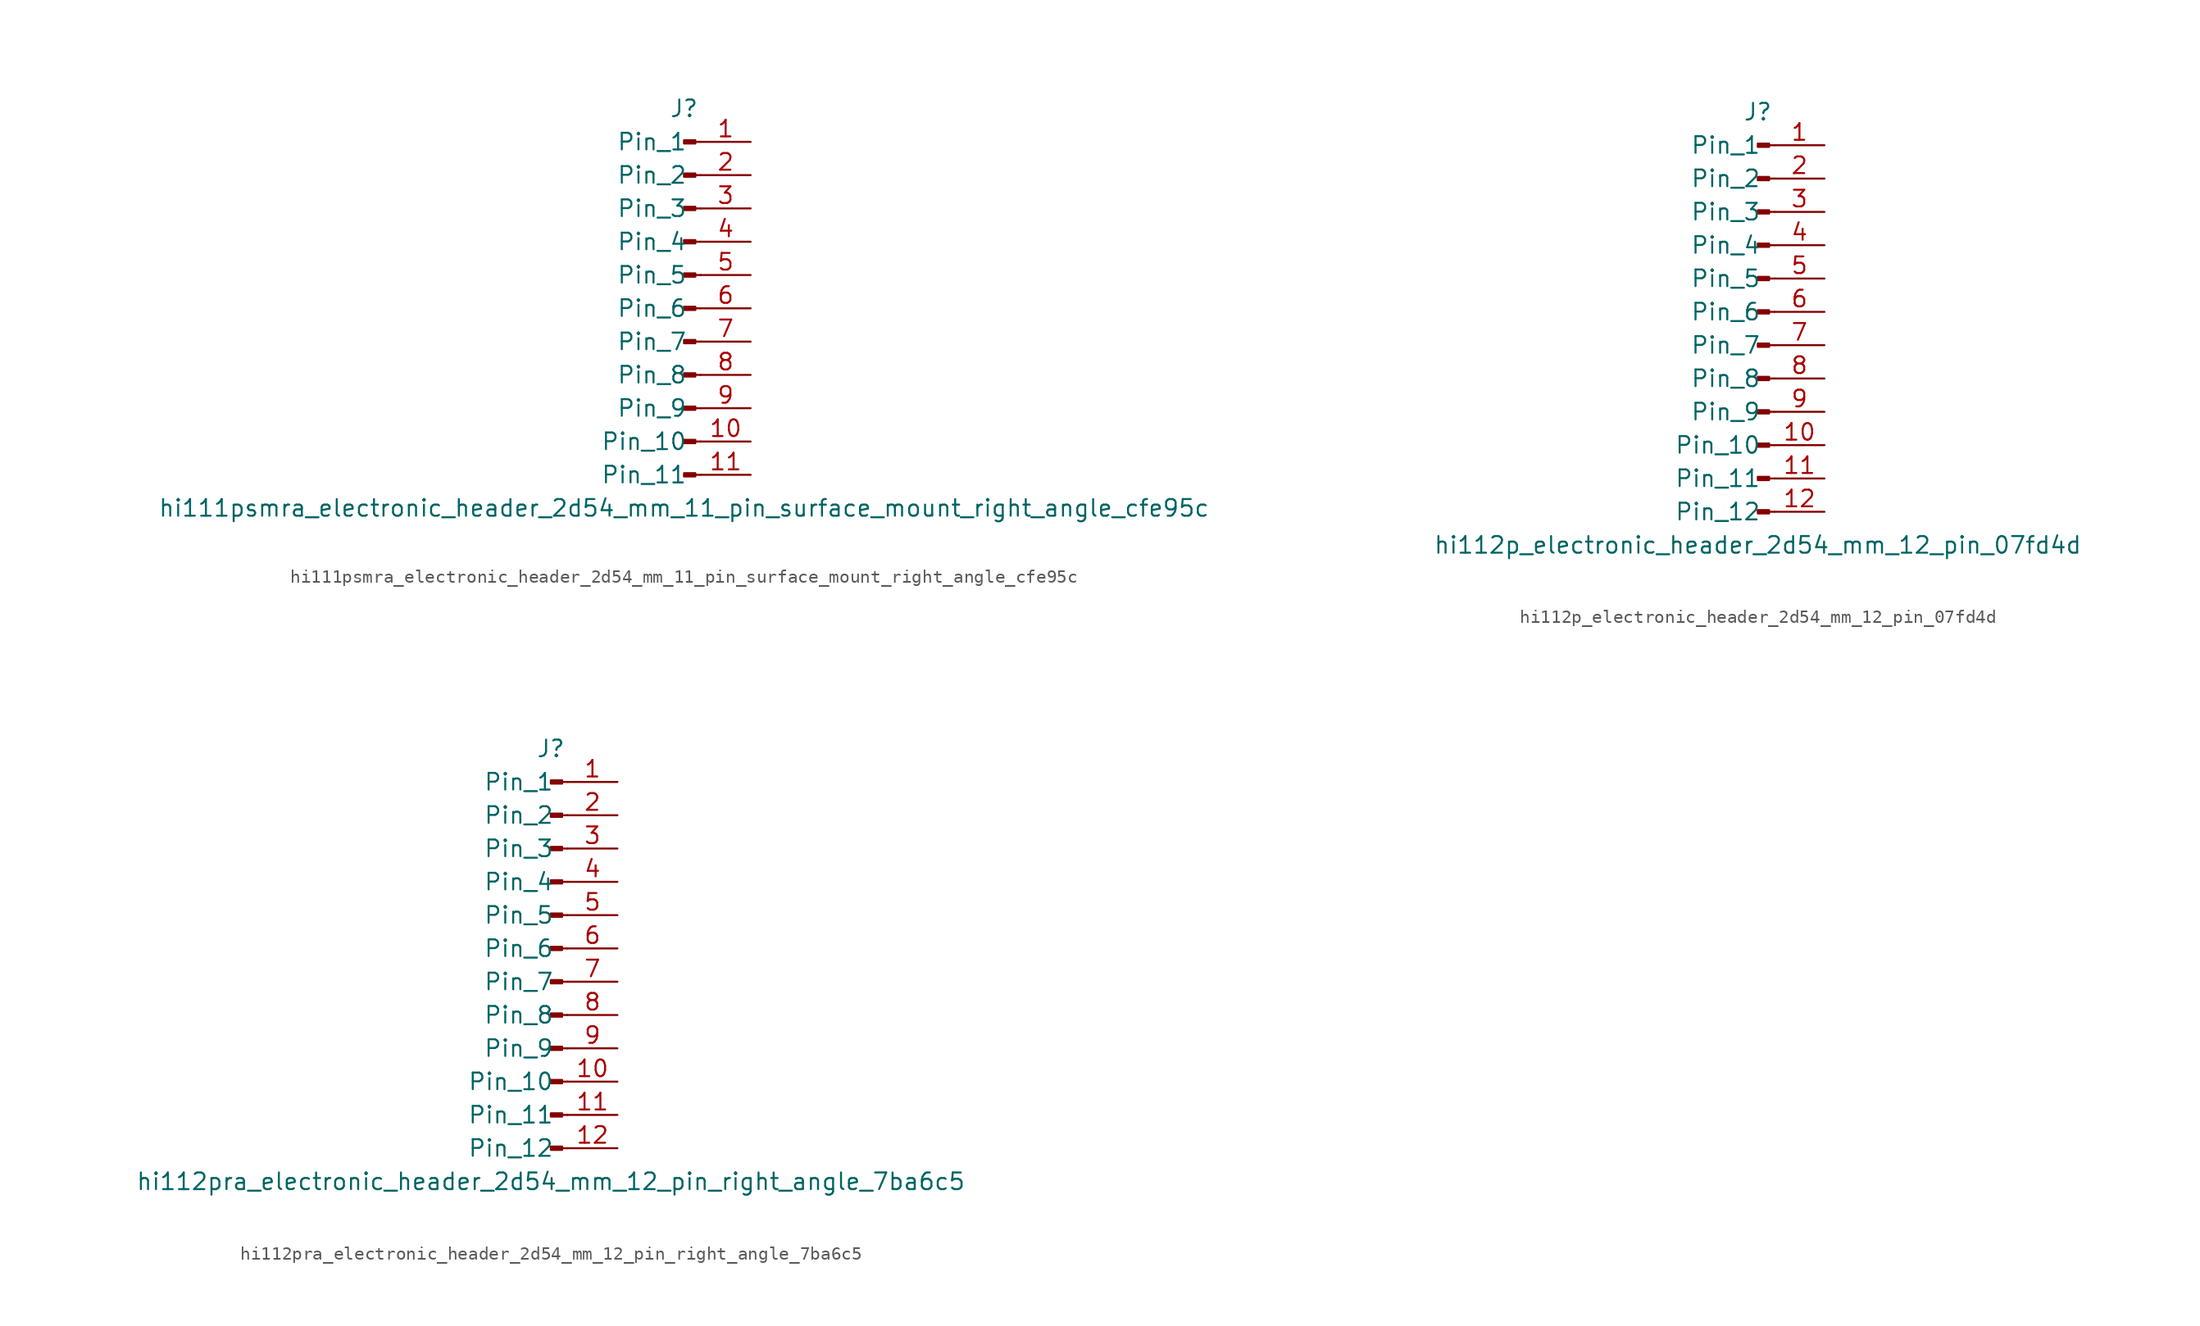
<source format=kicad_sym>
(kicad_symbol_lib
  (version 20220914)
  (generator kicad_symbol_editor)
  (symbol "hi111psmra_electronic_header_2d54_mm_11_pin_surface_mount_right_angle_cfe95c"
    (pin_names
      (offset 1.016))
    (property "Reference" "J"
      (at 0 15.24 0)
      (effects (font (size 1.27 1.27))))
    (property "Value" "hi111psmra_electronic_header_2d54_mm_11_pin_surface_mount_right_angle_cfe95c"
      (at 0 -15.24 0)
      (effects (font (size 1.27 1.27))))
    (property "ki_locked" ""
      (at 0 0 0)
      (effects (font (size 1.27 1.27))))
    (symbol "hi111psmra_electronic_header_2d54_mm_11_pin_surface_mount_right_angle_cfe95c_1_1"
      (polyline (pts (xy 1.27 -12.7) (xy 0.864 -12.7)) (stroke (width 0.152) (type default)) (fill (type none)))
      (polyline (pts (xy 1.27 -10.16) (xy 0.864 -10.16)) (stroke (width 0.152) (type default)) (fill (type none)))
      (polyline (pts (xy 1.27 -7.62) (xy 0.864 -7.62)) (stroke (width 0.152) (type default)) (fill (type none)))
      (polyline (pts (xy 1.27 -5.08) (xy 0.864 -5.08)) (stroke (width 0.152) (type default)) (fill (type none)))
      (polyline (pts (xy 1.27 -2.54) (xy 0.864 -2.54)) (stroke (width 0.152) (type default)) (fill (type none)))
      (polyline (pts (xy 1.27 0) (xy 0.864 0)) (stroke (width 0.152) (type default)) (fill (type none)))
      (polyline (pts (xy 1.27 2.54) (xy 0.864 2.54)) (stroke (width 0.152) (type default)) (fill (type none)))
      (polyline (pts (xy 1.27 5.08) (xy 0.864 5.08)) (stroke (width 0.152) (type default)) (fill (type none)))
      (polyline (pts (xy 1.27 7.62) (xy 0.864 7.62)) (stroke (width 0.152) (type default)) (fill (type none)))
      (polyline (pts (xy 1.27 10.16) (xy 0.864 10.16)) (stroke (width 0.152) (type default)) (fill (type none)))
      (polyline (pts (xy 1.27 12.7) (xy 0.864 12.7)) (stroke (width 0.152) (type default)) (fill (type none)))
      (rectangle (start 0.864 -12.573) (end 0 -12.827) (stroke (width 0.152) (type default)) (fill (type outline)))
      (rectangle (start 0.864 -10.033) (end 0 -10.287) (stroke (width 0.152) (type default)) (fill (type outline)))
      (rectangle (start 0.864 -7.493) (end 0 -7.747) (stroke (width 0.152) (type default)) (fill (type outline)))
      (rectangle (start 0.864 -4.953) (end 0 -5.207) (stroke (width 0.152) (type default)) (fill (type outline)))
      (rectangle (start 0.864 -2.413) (end 0 -2.667) (stroke (width 0.152) (type default)) (fill (type outline)))
      (rectangle (start 0.864 0.127) (end 0 -0.127) (stroke (width 0.152) (type default)) (fill (type outline)))
      (rectangle (start 0.864 2.667) (end 0 2.413) (stroke (width 0.152) (type default)) (fill (type outline)))
      (rectangle (start 0.864 5.207) (end 0 4.953) (stroke (width 0.152) (type default)) (fill (type outline)))
      (rectangle (start 0.864 7.747) (end 0 7.493) (stroke (width 0.152) (type default)) (fill (type outline)))
      (rectangle (start 0.864 10.287) (end 0 10.033) (stroke (width 0.152) (type default)) (fill (type outline)))
      (rectangle (start 0.864 12.827) (end 0 12.573) (stroke (width 0.152) (type default)) (fill (type outline)))
      (pin passive line (at 5.08 12.7 180) (length 3.81) (name "Pin_1" (effects (font (size 1.27 1.27)))) (number "1" (effects (font (size 1.27 1.27)))))
      (pin passive line (at 5.08 -10.16 180) (length 3.81) (name "Pin_10" (effects (font (size 1.27 1.27)))) (number "10" (effects (font (size 1.27 1.27)))))
      (pin passive line (at 5.08 -12.7 180) (length 3.81) (name "Pin_11" (effects (font (size 1.27 1.27)))) (number "11" (effects (font (size 1.27 1.27)))))
      (pin passive line (at 5.08 10.16 180) (length 3.81) (name "Pin_2" (effects (font (size 1.27 1.27)))) (number "2" (effects (font (size 1.27 1.27)))))
      (pin passive line (at 5.08 7.62 180) (length 3.81) (name "Pin_3" (effects (font (size 1.27 1.27)))) (number "3" (effects (font (size 1.27 1.27)))))
      (pin passive line (at 5.08 5.08 180) (length 3.81) (name "Pin_4" (effects (font (size 1.27 1.27)))) (number "4" (effects (font (size 1.27 1.27)))))
      (pin passive line (at 5.08 2.54 180) (length 3.81) (name "Pin_5" (effects (font (size 1.27 1.27)))) (number "5" (effects (font (size 1.27 1.27)))))
      (pin passive line (at 5.08 0 180) (length 3.81) (name "Pin_6" (effects (font (size 1.27 1.27)))) (number "6" (effects (font (size 1.27 1.27)))))
      (pin passive line (at 5.08 -2.54 180) (length 3.81) (name "Pin_7" (effects (font (size 1.27 1.27)))) (number "7" (effects (font (size 1.27 1.27)))))
      (pin passive line (at 5.08 -5.08 180) (length 3.81) (name "Pin_8" (effects (font (size 1.27 1.27)))) (number "8" (effects (font (size 1.27 1.27)))))
      (pin passive line (at 5.08 -7.62 180) (length 3.81) (name "Pin_9" (effects (font (size 1.27 1.27)))) (number "9" (effects (font (size 1.27 1.27)))))))
  (symbol "hi112p_electronic_header_2d54_mm_12_pin_07fd4d"
    (pin_names
      (offset 1.016))
    (property "Reference" "J"
      (at 0 15.24 0)
      (effects (font (size 1.27 1.27))))
    (property "Value" "hi112p_electronic_header_2d54_mm_12_pin_07fd4d"
      (at 0 -17.78 0)
      (effects (font (size 1.27 1.27))))
    (property "ki_locked" ""
      (at 0 0 0)
      (effects (font (size 1.27 1.27))))
    (symbol "hi112p_electronic_header_2d54_mm_12_pin_07fd4d_1_1"
      (polyline (pts (xy 1.27 -15.24) (xy 0.864 -15.24)) (stroke (width 0.152) (type default)) (fill (type none)))
      (polyline (pts (xy 1.27 -12.7) (xy 0.864 -12.7)) (stroke (width 0.152) (type default)) (fill (type none)))
      (polyline (pts (xy 1.27 -10.16) (xy 0.864 -10.16)) (stroke (width 0.152) (type default)) (fill (type none)))
      (polyline (pts (xy 1.27 -7.62) (xy 0.864 -7.62)) (stroke (width 0.152) (type default)) (fill (type none)))
      (polyline (pts (xy 1.27 -5.08) (xy 0.864 -5.08)) (stroke (width 0.152) (type default)) (fill (type none)))
      (polyline (pts (xy 1.27 -2.54) (xy 0.864 -2.54)) (stroke (width 0.152) (type default)) (fill (type none)))
      (polyline (pts (xy 1.27 0) (xy 0.864 0)) (stroke (width 0.152) (type default)) (fill (type none)))
      (polyline (pts (xy 1.27 2.54) (xy 0.864 2.54)) (stroke (width 0.152) (type default)) (fill (type none)))
      (polyline (pts (xy 1.27 5.08) (xy 0.864 5.08)) (stroke (width 0.152) (type default)) (fill (type none)))
      (polyline (pts (xy 1.27 7.62) (xy 0.864 7.62)) (stroke (width 0.152) (type default)) (fill (type none)))
      (polyline (pts (xy 1.27 10.16) (xy 0.864 10.16)) (stroke (width 0.152) (type default)) (fill (type none)))
      (polyline (pts (xy 1.27 12.7) (xy 0.864 12.7)) (stroke (width 0.152) (type default)) (fill (type none)))
      (rectangle (start 0.864 -15.113) (end 0 -15.367) (stroke (width 0.152) (type default)) (fill (type outline)))
      (rectangle (start 0.864 -12.573) (end 0 -12.827) (stroke (width 0.152) (type default)) (fill (type outline)))
      (rectangle (start 0.864 -10.033) (end 0 -10.287) (stroke (width 0.152) (type default)) (fill (type outline)))
      (rectangle (start 0.864 -7.493) (end 0 -7.747) (stroke (width 0.152) (type default)) (fill (type outline)))
      (rectangle (start 0.864 -4.953) (end 0 -5.207) (stroke (width 0.152) (type default)) (fill (type outline)))
      (rectangle (start 0.864 -2.413) (end 0 -2.667) (stroke (width 0.152) (type default)) (fill (type outline)))
      (rectangle (start 0.864 0.127) (end 0 -0.127) (stroke (width 0.152) (type default)) (fill (type outline)))
      (rectangle (start 0.864 2.667) (end 0 2.413) (stroke (width 0.152) (type default)) (fill (type outline)))
      (rectangle (start 0.864 5.207) (end 0 4.953) (stroke (width 0.152) (type default)) (fill (type outline)))
      (rectangle (start 0.864 7.747) (end 0 7.493) (stroke (width 0.152) (type default)) (fill (type outline)))
      (rectangle (start 0.864 10.287) (end 0 10.033) (stroke (width 0.152) (type default)) (fill (type outline)))
      (rectangle (start 0.864 12.827) (end 0 12.573) (stroke (width 0.152) (type default)) (fill (type outline)))
      (pin passive line (at 5.08 12.7 180) (length 3.81) (name "Pin_1" (effects (font (size 1.27 1.27)))) (number "1" (effects (font (size 1.27 1.27)))))
      (pin passive line (at 5.08 -10.16 180) (length 3.81) (name "Pin_10" (effects (font (size 1.27 1.27)))) (number "10" (effects (font (size 1.27 1.27)))))
      (pin passive line (at 5.08 -12.7 180) (length 3.81) (name "Pin_11" (effects (font (size 1.27 1.27)))) (number "11" (effects (font (size 1.27 1.27)))))
      (pin passive line (at 5.08 -15.24 180) (length 3.81) (name "Pin_12" (effects (font (size 1.27 1.27)))) (number "12" (effects (font (size 1.27 1.27)))))
      (pin passive line (at 5.08 10.16 180) (length 3.81) (name "Pin_2" (effects (font (size 1.27 1.27)))) (number "2" (effects (font (size 1.27 1.27)))))
      (pin passive line (at 5.08 7.62 180) (length 3.81) (name "Pin_3" (effects (font (size 1.27 1.27)))) (number "3" (effects (font (size 1.27 1.27)))))
      (pin passive line (at 5.08 5.08 180) (length 3.81) (name "Pin_4" (effects (font (size 1.27 1.27)))) (number "4" (effects (font (size 1.27 1.27)))))
      (pin passive line (at 5.08 2.54 180) (length 3.81) (name "Pin_5" (effects (font (size 1.27 1.27)))) (number "5" (effects (font (size 1.27 1.27)))))
      (pin passive line (at 5.08 0 180) (length 3.81) (name "Pin_6" (effects (font (size 1.27 1.27)))) (number "6" (effects (font (size 1.27 1.27)))))
      (pin passive line (at 5.08 -2.54 180) (length 3.81) (name "Pin_7" (effects (font (size 1.27 1.27)))) (number "7" (effects (font (size 1.27 1.27)))))
      (pin passive line (at 5.08 -5.08 180) (length 3.81) (name "Pin_8" (effects (font (size 1.27 1.27)))) (number "8" (effects (font (size 1.27 1.27)))))
      (pin passive line (at 5.08 -7.62 180) (length 3.81) (name "Pin_9" (effects (font (size 1.27 1.27)))) (number "9" (effects (font (size 1.27 1.27)))))))
  (symbol "hi112pra_electronic_header_2d54_mm_12_pin_right_angle_7ba6c5"
    (pin_names
      (offset 1.016))
    (property "Reference" "J"
      (at 0 15.24 0)
      (effects (font (size 1.27 1.27))))
    (property "Value" "hi112pra_electronic_header_2d54_mm_12_pin_right_angle_7ba6c5"
      (at 0 -17.78 0)
      (effects (font (size 1.27 1.27))))
    (property "ki_locked" ""
      (at 0 0 0)
      (effects (font (size 1.27 1.27))))
    (symbol "hi112pra_electronic_header_2d54_mm_12_pin_right_angle_7ba6c5_1_1"
      (polyline (pts (xy 1.27 -15.24) (xy 0.864 -15.24)) (stroke (width 0.152) (type default)) (fill (type none)))
      (polyline (pts (xy 1.27 -12.7) (xy 0.864 -12.7)) (stroke (width 0.152) (type default)) (fill (type none)))
      (polyline (pts (xy 1.27 -10.16) (xy 0.864 -10.16)) (stroke (width 0.152) (type default)) (fill (type none)))
      (polyline (pts (xy 1.27 -7.62) (xy 0.864 -7.62)) (stroke (width 0.152) (type default)) (fill (type none)))
      (polyline (pts (xy 1.27 -5.08) (xy 0.864 -5.08)) (stroke (width 0.152) (type default)) (fill (type none)))
      (polyline (pts (xy 1.27 -2.54) (xy 0.864 -2.54)) (stroke (width 0.152) (type default)) (fill (type none)))
      (polyline (pts (xy 1.27 0) (xy 0.864 0)) (stroke (width 0.152) (type default)) (fill (type none)))
      (polyline (pts (xy 1.27 2.54) (xy 0.864 2.54)) (stroke (width 0.152) (type default)) (fill (type none)))
      (polyline (pts (xy 1.27 5.08) (xy 0.864 5.08)) (stroke (width 0.152) (type default)) (fill (type none)))
      (polyline (pts (xy 1.27 7.62) (xy 0.864 7.62)) (stroke (width 0.152) (type default)) (fill (type none)))
      (polyline (pts (xy 1.27 10.16) (xy 0.864 10.16)) (stroke (width 0.152) (type default)) (fill (type none)))
      (polyline (pts (xy 1.27 12.7) (xy 0.864 12.7)) (stroke (width 0.152) (type default)) (fill (type none)))
      (rectangle (start 0.864 -15.113) (end 0 -15.367) (stroke (width 0.152) (type default)) (fill (type outline)))
      (rectangle (start 0.864 -12.573) (end 0 -12.827) (stroke (width 0.152) (type default)) (fill (type outline)))
      (rectangle (start 0.864 -10.033) (end 0 -10.287) (stroke (width 0.152) (type default)) (fill (type outline)))
      (rectangle (start 0.864 -7.493) (end 0 -7.747) (stroke (width 0.152) (type default)) (fill (type outline)))
      (rectangle (start 0.864 -4.953) (end 0 -5.207) (stroke (width 0.152) (type default)) (fill (type outline)))
      (rectangle (start 0.864 -2.413) (end 0 -2.667) (stroke (width 0.152) (type default)) (fill (type outline)))
      (rectangle (start 0.864 0.127) (end 0 -0.127) (stroke (width 0.152) (type default)) (fill (type outline)))
      (rectangle (start 0.864 2.667) (end 0 2.413) (stroke (width 0.152) (type default)) (fill (type outline)))
      (rectangle (start 0.864 5.207) (end 0 4.953) (stroke (width 0.152) (type default)) (fill (type outline)))
      (rectangle (start 0.864 7.747) (end 0 7.493) (stroke (width 0.152) (type default)) (fill (type outline)))
      (rectangle (start 0.864 10.287) (end 0 10.033) (stroke (width 0.152) (type default)) (fill (type outline)))
      (rectangle (start 0.864 12.827) (end 0 12.573) (stroke (width 0.152) (type default)) (fill (type outline)))
      (pin passive line (at 5.08 12.7 180) (length 3.81) (name "Pin_1" (effects (font (size 1.27 1.27)))) (number "1" (effects (font (size 1.27 1.27)))))
      (pin passive line (at 5.08 -10.16 180) (length 3.81) (name "Pin_10" (effects (font (size 1.27 1.27)))) (number "10" (effects (font (size 1.27 1.27)))))
      (pin passive line (at 5.08 -12.7 180) (length 3.81) (name "Pin_11" (effects (font (size 1.27 1.27)))) (number "11" (effects (font (size 1.27 1.27)))))
      (pin passive line (at 5.08 -15.24 180) (length 3.81) (name "Pin_12" (effects (font (size 1.27 1.27)))) (number "12" (effects (font (size 1.27 1.27)))))
      (pin passive line (at 5.08 10.16 180) (length 3.81) (name "Pin_2" (effects (font (size 1.27 1.27)))) (number "2" (effects (font (size 1.27 1.27)))))
      (pin passive line (at 5.08 7.62 180) (length 3.81) (name "Pin_3" (effects (font (size 1.27 1.27)))) (number "3" (effects (font (size 1.27 1.27)))))
      (pin passive line (at 5.08 5.08 180) (length 3.81) (name "Pin_4" (effects (font (size 1.27 1.27)))) (number "4" (effects (font (size 1.27 1.27)))))
      (pin passive line (at 5.08 2.54 180) (length 3.81) (name "Pin_5" (effects (font (size 1.27 1.27)))) (number "5" (effects (font (size 1.27 1.27)))))
      (pin passive line (at 5.08 0 180) (length 3.81) (name "Pin_6" (effects (font (size 1.27 1.27)))) (number "6" (effects (font (size 1.27 1.27)))))
      (pin passive line (at 5.08 -2.54 180) (length 3.81) (name "Pin_7" (effects (font (size 1.27 1.27)))) (number "7" (effects (font (size 1.27 1.27)))))
      (pin passive line (at 5.08 -5.08 180) (length 3.81) (name "Pin_8" (effects (font (size 1.27 1.27)))) (number "8" (effects (font (size 1.27 1.27)))))
      (pin passive line (at 5.08 -7.62 180) (length 3.81) (name "Pin_9" (effects (font (size 1.27 1.27)))) (number "9" (effects (font (size 1.27 1.27))))))))
</source>
